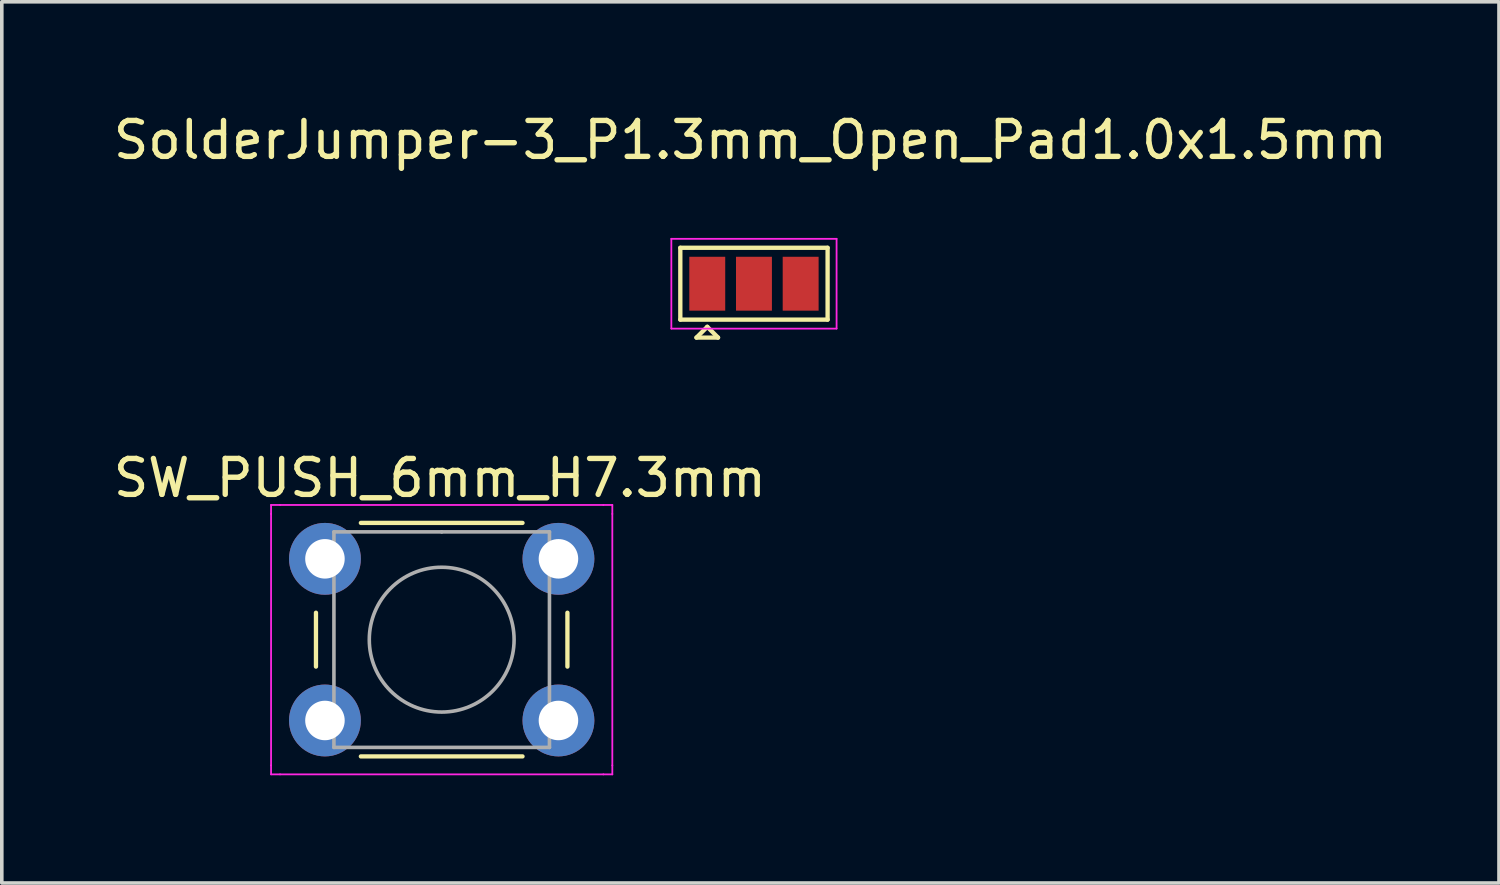
<source format=kicad_pcb>
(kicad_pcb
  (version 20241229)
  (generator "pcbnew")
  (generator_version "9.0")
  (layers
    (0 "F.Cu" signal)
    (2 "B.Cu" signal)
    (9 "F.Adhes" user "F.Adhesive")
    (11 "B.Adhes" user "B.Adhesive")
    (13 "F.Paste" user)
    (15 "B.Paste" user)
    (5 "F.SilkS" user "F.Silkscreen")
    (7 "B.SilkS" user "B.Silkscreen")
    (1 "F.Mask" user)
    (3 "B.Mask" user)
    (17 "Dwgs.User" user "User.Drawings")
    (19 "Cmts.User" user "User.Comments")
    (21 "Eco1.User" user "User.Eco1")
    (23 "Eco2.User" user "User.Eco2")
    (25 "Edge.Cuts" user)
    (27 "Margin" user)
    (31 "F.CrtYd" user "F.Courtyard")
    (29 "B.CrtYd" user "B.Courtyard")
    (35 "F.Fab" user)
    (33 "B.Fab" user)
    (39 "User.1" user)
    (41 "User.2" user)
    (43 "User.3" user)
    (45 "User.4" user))
  (footprint "SW_PUSH_6mm_H7.3mm"
    (layer "F.Cu")
    (at 5.996 12.507)
    (property "Reference" "SW_PUSH_6mm_H7.3mm" (at 3.2 -2.25 0) (layer "F.SilkS") (effects (font (size 1 1) (thickness 0.15))))
    (attr through_hole)
    (fp_line (start -0.25 1.5) (end -0.25 3) (stroke (width 0.12) (type solid)) (layer "F.SilkS"))
    (fp_line (start 1 5.5) (end 5.5 5.5) (stroke (width 0.12) (type solid)) (layer "F.SilkS"))
    (fp_line (start 5.5 -1) (end 1 -1) (stroke (width 0.12) (type solid)) (layer "F.SilkS"))
    (fp_line (start 6.75 3) (end 6.75 1.5) (stroke (width 0.12) (type solid)) (layer "F.SilkS"))
    (fp_line (start -1.5 -1.5) (end -1.25 -1.5) (stroke (width 0.05) (type solid)) (layer "F.CrtYd"))
    (fp_line (start -1.5 -1.25) (end -1.5 -1.5) (stroke (width 0.05) (type solid)) (layer "F.CrtYd"))
    (fp_line (start -1.5 5.75) (end -1.5 -1.25) (stroke (width 0.05) (type solid)) (layer "F.CrtYd"))
    (fp_line (start -1.5 5.75) (end -1.5 6) (stroke (width 0.05) (type solid)) (layer "F.CrtYd"))
    (fp_line (start -1.5 6) (end -1.25 6) (stroke (width 0.05) (type solid)) (layer "F.CrtYd"))
    (fp_line (start -1.25 -1.5) (end 7.75 -1.5) (stroke (width 0.05) (type solid)) (layer "F.CrtYd"))
    (fp_line (start 7.75 -1.5) (end 8 -1.5) (stroke (width 0.05) (type solid)) (layer "F.CrtYd"))
    (fp_line (start 7.75 6) (end -1.25 6) (stroke (width 0.05) (type solid)) (layer "F.CrtYd"))
    (fp_line (start 7.75 6) (end 8 6) (stroke (width 0.05) (type solid)) (layer "F.CrtYd"))
    (fp_line (start 8 -1.5) (end 8 -1.25) (stroke (width 0.05) (type solid)) (layer "F.CrtYd"))
    (fp_line (start 8 -1.25) (end 8 5.75) (stroke (width 0.05) (type solid)) (layer "F.CrtYd"))
    (fp_line (start 8 6) (end 8 5.75) (stroke (width 0.05) (type solid)) (layer "F.CrtYd"))
    (fp_line (start 0.25 -0.75) (end 3.25 -0.75) (stroke (width 0.1) (type solid)) (layer "F.Fab"))
    (fp_line (start 0.25 5.25) (end 0.25 -0.75) (stroke (width 0.1) (type solid)) (layer "F.Fab"))
    (fp_line (start 3.25 -0.75) (end 6.25 -0.75) (stroke (width 0.1) (type solid)) (layer "F.Fab"))
    (fp_line (start 6.25 -0.75) (end 6.25 5.25) (stroke (width 0.1) (type solid)) (layer "F.Fab"))
    (fp_line (start 6.25 5.25) (end 0.25 5.25) (stroke (width 0.1) (type solid)) (layer "F.Fab"))
    (fp_circle (center 3.25 2.25) (end 1.25 2.5) (stroke (width 0.1) (type solid)) (fill no) (layer "F.Fab"))
    (pad "1" thru_hole circle (at 0 0 90) (size 2 2) (drill 1.1) (layers "*.Cu" "*.Mask"))
    (pad "1" thru_hole circle (at 6.5 0 90) (size 2 2) (drill 1.1) (layers "*.Cu" "*.Mask"))
    (pad "2" thru_hole circle (at 0 4.5 90) (size 2 2) (drill 1.1) (layers "*.Cu" "*.Mask"))
    (pad "2" thru_hole circle (at 6.5 4.5 90) (size 2 2) (drill 1.1) (layers "*.Cu" "*.Mask")))
  (footprint "SolderJumper-3_P1.3mm_Open_Pad1.0x1.5mm"
    (layer "F.Cu")
    (at 17.939 4.848)
    (property "Reference" "SolderJumper-3_P1.3mm_Open_Pad1.0x1.5mm" (at -0.1 -4 0) (layer "F.SilkS") (effects (font (size 1 1) (thickness 0.15))))
    (attr exclude_from_pos_files exclude_from_bom)
    (fp_line (start -2.05 -1) (end 2.05 -1) (stroke (width 0.12) (type solid)) (layer "F.SilkS"))
    (fp_line (start -2.05 1) (end -2.05 -1) (stroke (width 0.12) (type solid)) (layer "F.SilkS"))
    (fp_line (start -1.6 1.5) (end -1 1.5) (stroke (width 0.12) (type solid)) (layer "F.SilkS"))
    (fp_line (start -1.3 1.2) (end -1.6 1.5) (stroke (width 0.12) (type solid)) (layer "F.SilkS"))
    (fp_line (start -1.3 1.2) (end -1 1.5) (stroke (width 0.12) (type solid)) (layer "F.SilkS"))
    (fp_line (start 2.05 -1) (end 2.05 1) (stroke (width 0.12) (type solid)) (layer "F.SilkS"))
    (fp_line (start 2.05 1) (end -2.05 1) (stroke (width 0.12) (type solid)) (layer "F.SilkS"))
    (fp_line (start -2.3 -1.25) (end -2.3 1.25) (stroke (width 0.05) (type solid)) (layer "F.CrtYd"))
    (fp_line (start -2.3 -1.25) (end 2.3 -1.25) (stroke (width 0.05) (type solid)) (layer "F.CrtYd"))
    (fp_line (start 2.3 1.25) (end -2.3 1.25) (stroke (width 0.05) (type solid)) (layer "F.CrtYd"))
    (fp_line (start 2.3 1.25) (end 2.3 -1.25) (stroke (width 0.05) (type solid)) (layer "F.CrtYd"))
    (pad "1" smd rect (at -1.3 0) (size 1 1.5) (layers "F.Cu" "F.Mask"))
    (pad "2" smd rect (at 0 0) (size 1 1.5) (layers "F.Cu" "F.Mask"))
    (pad "3" smd rect (at 1.3 0) (size 1 1.5) (layers "F.Cu" "F.Mask")))
  (gr_rect
    (start -3 -3)
    (end 38.679 21.532)
    (stroke (width 0.1) (type default))
    (fill no)
    (layer "Edge.Cuts")))
</source>
